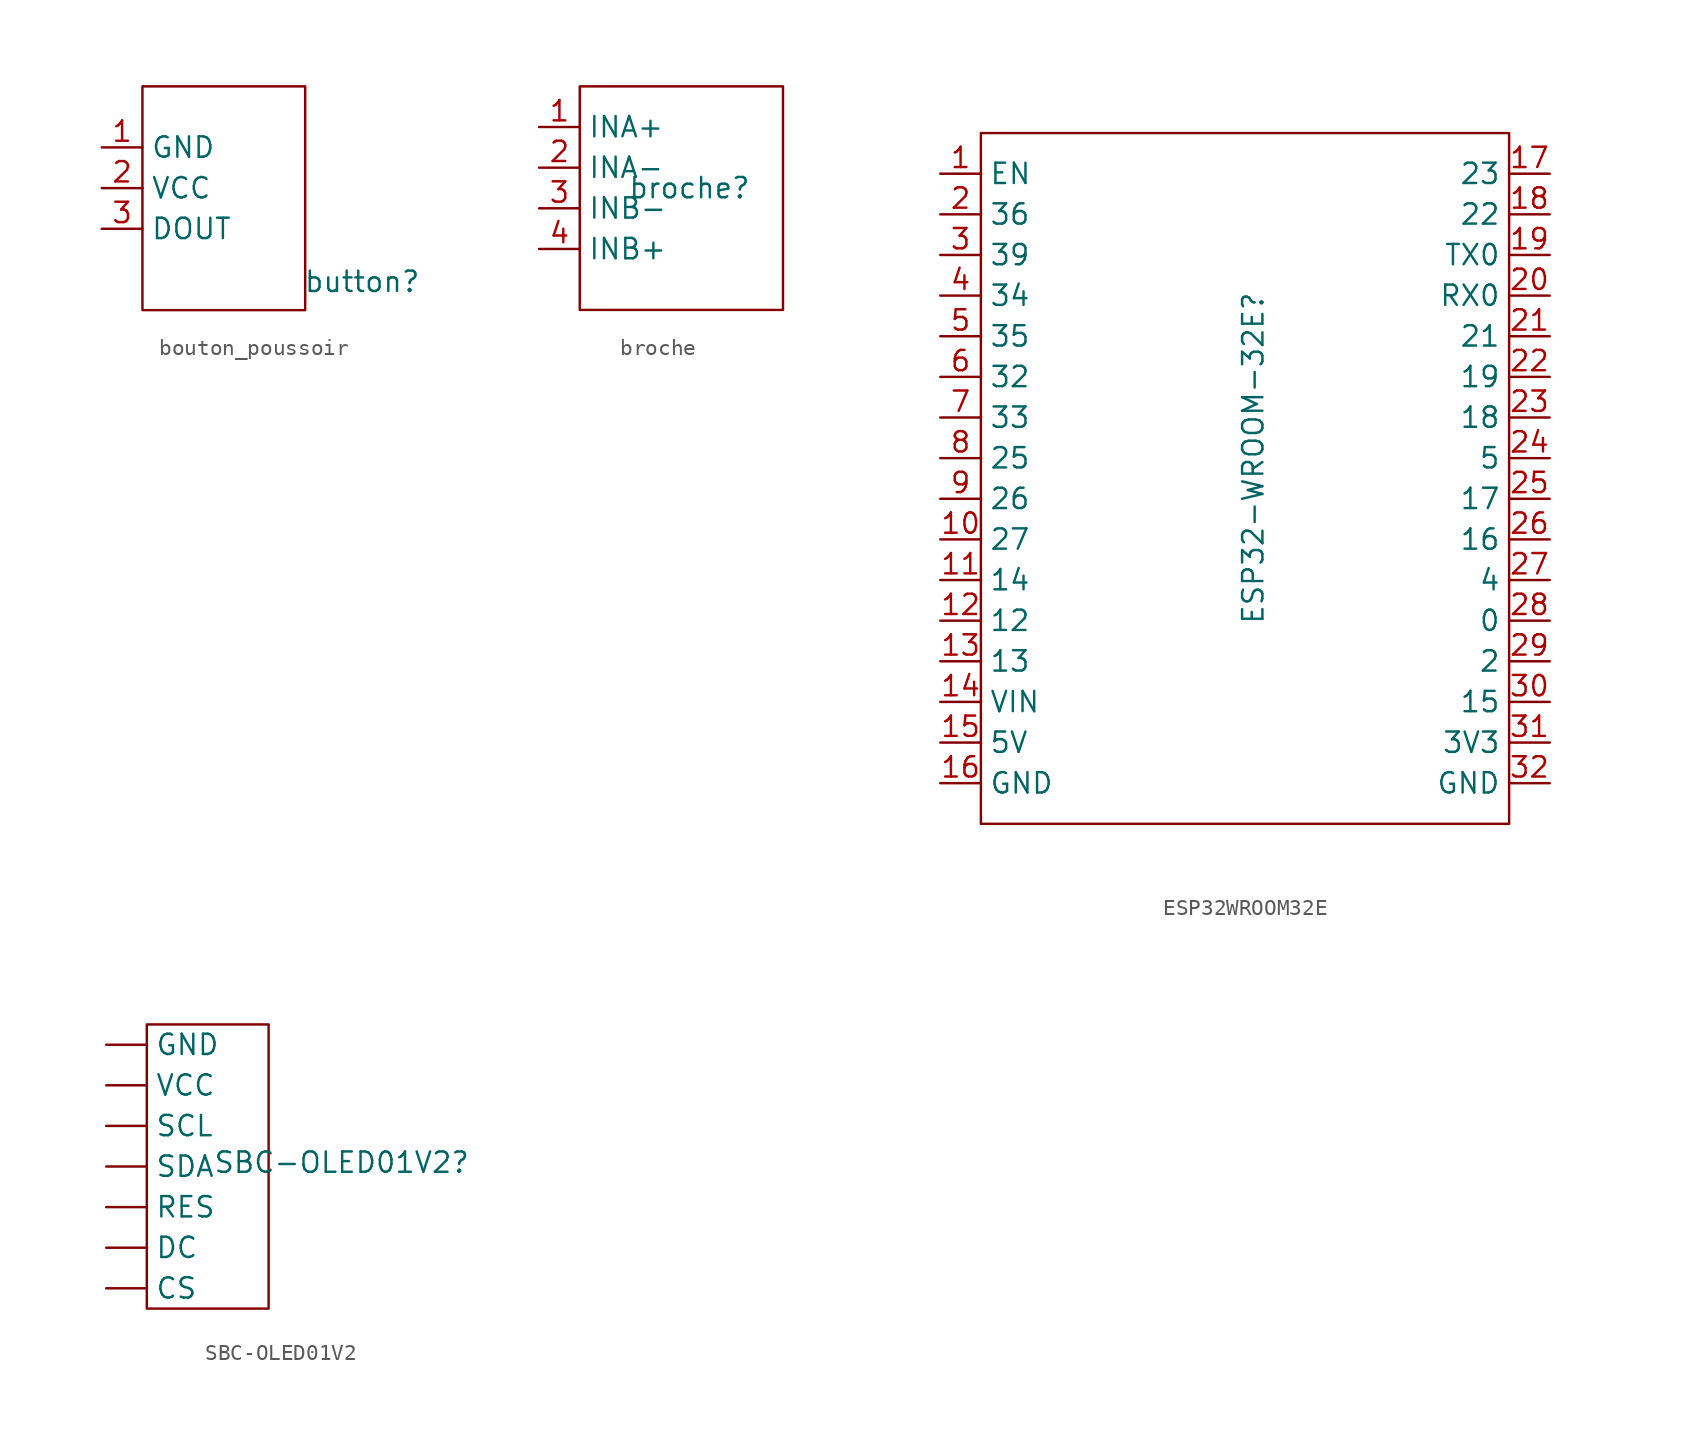
<source format=kicad_sym>
(kicad_symbol_lib
  (version 20231120)
  (generator "kicad_symbol_editor")
  (generator_version "8.0")
  (symbol "bouton_poussoir"
    (property "Reference" "button"
      (at 9.906 -9.652 0)
      (effects (font (size 1.27 1.27))))
    (property "Value" ""
      (at 0 0 0)
      (effects (font (size 1.27 1.27))))
    (symbol "bouton_poussoir_0_1"
      (rectangle (start -3.81 2.54) (end 6.35 -11.43) (stroke (width 0) (type default)) (fill (type none))))
    (symbol "bouton_poussoir_1_1"
      (pin power_in line (at -6.35 -1.27 0) (length 2.54) (name "GND" (effects (font (size 1.27 1.27)))) (number "1" (effects (font (size 1.27 1.27)))))
      (pin power_in line (at -6.35 -3.81 0) (length 2.54) (name "VCC" (effects (font (size 1.27 1.27)))) (number "2" (effects (font (size 1.27 1.27)))))
      (pin output line (at -6.35 -6.35 0) (length 2.54) (name "DOUT" (effects (font (size 1.27 1.27)))) (number "3" (effects (font (size 1.27 1.27)))))))
  (symbol "broche"
    (property "Reference" "broche"
      (at 4.318 0 0)
      (effects (font (size 1.27 1.27))))
    (property "Value" ""
      (at 0 0 0)
      (effects (font (size 1.27 1.27))))
    (symbol "broche_0_1"
      (rectangle (start -2.54 6.35) (end 10.16 -7.62) (stroke (width 0) (type default)) (fill (type none))))
    (symbol "broche_1_1"
      (pin bidirectional line (at -5.08 3.81 0) (length 2.54) (name "INA+" (effects (font (size 1.27 1.27)))) (number "1" (effects (font (size 1.27 1.27)))))
      (pin bidirectional line (at -5.08 1.27 0) (length 2.54) (name "INA-" (effects (font (size 1.27 1.27)))) (number "2" (effects (font (size 1.27 1.27)))))
      (pin bidirectional line (at -5.08 -1.27 0) (length 2.54) (name "INB-" (effects (font (size 1.27 1.27)))) (number "3" (effects (font (size 1.27 1.27)))))
      (pin bidirectional line (at -5.08 -3.81 0) (length 2.54) (name "INB+" (effects (font (size 1.27 1.27)))) (number "4" (effects (font (size 1.27 1.27)))))))
  (symbol "ESP32WROOM32E"
    (property "Reference" "ESP32-WROOM-32E"
      (at 0.508 0 90)
      (effects (font (size 1.27 1.27))))
    (property "Value" ""
      (at 0 0 0)
      (effects (font (size 1.27 1.27))))
    (symbol "ESP32WROOM32E_0_1"
      (rectangle (start -16.51 20.32) (end 16.51 -22.86) (stroke (width 0) (type default)) (fill (type none))))
    (symbol "ESP32WROOM32E_1_1"
      (pin input line (at -19.05 17.78 0) (length 2.54) (name "EN" (effects (font (size 1.27 1.27)))) (number "1" (effects (font (size 1.27 1.27)))))
      (pin bidirectional line (at -19.05 -5.08 0) (length 2.54) (name "27" (effects (font (size 1.27 1.27)))) (number "10" (effects (font (size 1.27 1.27)))))
      (pin bidirectional line (at -19.05 -7.62 0) (length 2.54) (name "14" (effects (font (size 1.27 1.27)))) (number "11" (effects (font (size 1.27 1.27)))))
      (pin bidirectional line (at -19.05 -10.16 0) (length 2.54) (name "12" (effects (font (size 1.27 1.27)))) (number "12" (effects (font (size 1.27 1.27)))))
      (pin bidirectional line (at -19.05 -12.7 0) (length 2.54) (name "13" (effects (font (size 1.27 1.27)))) (number "13" (effects (font (size 1.27 1.27)))))
      (pin input line (at -19.05 -15.24 0) (length 2.54) (name "VIN" (effects (font (size 1.27 1.27)))) (number "14" (effects (font (size 1.27 1.27)))))
      (pin power_out line (at -19.05 -17.78 0) (length 2.54) (name "5V" (effects (font (size 1.27 1.27)))) (number "15" (effects (font (size 1.27 1.27)))))
      (pin power_out line (at -19.05 -20.32 0) (length 2.54) (name "GND" (effects (font (size 1.27 1.27)))) (number "16" (effects (font (size 1.27 1.27)))))
      (pin bidirectional line (at 19.05 17.78 180) (length 2.54) (name "23" (effects (font (size 1.27 1.27)))) (number "17" (effects (font (size 1.27 1.27)))))
      (pin bidirectional line (at 19.05 15.24 180) (length 2.54) (name "22" (effects (font (size 1.27 1.27)))) (number "18" (effects (font (size 1.27 1.27)))))
      (pin bidirectional line (at 19.05 12.7 180) (length 2.54) (name "TX0" (effects (font (size 1.27 1.27)))) (number "19" (effects (font (size 1.27 1.27)))))
      (pin input line (at -19.05 15.24 0) (length 2.54) (name "36" (effects (font (size 1.27 1.27)))) (number "2" (effects (font (size 1.27 1.27)))))
      (pin bidirectional line (at 19.05 10.16 180) (length 2.54) (name "RX0" (effects (font (size 1.27 1.27)))) (number "20" (effects (font (size 1.27 1.27)))))
      (pin bidirectional line (at 19.05 7.62 180) (length 2.54) (name "21" (effects (font (size 1.27 1.27)))) (number "21" (effects (font (size 1.27 1.27)))))
      (pin bidirectional line (at 19.05 5.08 180) (length 2.54) (name "19" (effects (font (size 1.27 1.27)))) (number "22" (effects (font (size 1.27 1.27)))))
      (pin bidirectional line (at 19.05 2.54 180) (length 2.54) (name "18" (effects (font (size 1.27 1.27)))) (number "23" (effects (font (size 1.27 1.27)))))
      (pin bidirectional line (at 19.05 0 180) (length 2.54) (name "5" (effects (font (size 1.27 1.27)))) (number "24" (effects (font (size 1.27 1.27)))))
      (pin bidirectional line (at 19.05 -2.54 180) (length 2.54) (name "17" (effects (font (size 1.27 1.27)))) (number "25" (effects (font (size 1.27 1.27)))))
      (pin bidirectional line (at 19.05 -5.08 180) (length 2.54) (name "16" (effects (font (size 1.27 1.27)))) (number "26" (effects (font (size 1.27 1.27)))))
      (pin bidirectional line (at 19.05 -7.62 180) (length 2.54) (name "4" (effects (font (size 1.27 1.27)))) (number "27" (effects (font (size 1.27 1.27)))))
      (pin bidirectional line (at 19.05 -10.16 180) (length 2.54) (name "0" (effects (font (size 1.27 1.27)))) (number "28" (effects (font (size 1.27 1.27)))))
      (pin bidirectional line (at 19.05 -12.7 180) (length 2.54) (name "2" (effects (font (size 1.27 1.27)))) (number "29" (effects (font (size 1.27 1.27)))))
      (pin bidirectional line (at -19.05 12.7 0) (length 2.54) (name "39" (effects (font (size 1.27 1.27)))) (number "3" (effects (font (size 1.27 1.27)))))
      (pin bidirectional line (at 19.05 -15.24 180) (length 2.54) (name "15" (effects (font (size 1.27 1.27)))) (number "30" (effects (font (size 1.27 1.27)))))
      (pin bidirectional line (at 19.05 -17.78 180) (length 2.54) (name "3V3" (effects (font (size 1.27 1.27)))) (number "31" (effects (font (size 1.27 1.27)))))
      (pin power_out line (at 19.05 -20.32 180) (length 2.54) (name "GND" (effects (font (size 1.27 1.27)))) (number "32" (effects (font (size 1.27 1.27)))))
      (pin bidirectional line (at -19.05 10.16 0) (length 2.54) (name "34" (effects (font (size 1.27 1.27)))) (number "4" (effects (font (size 1.27 1.27)))))
      (pin bidirectional line (at -19.05 7.62 0) (length 2.54) (name "35" (effects (font (size 1.27 1.27)))) (number "5" (effects (font (size 1.27 1.27)))))
      (pin output line (at -19.05 5.08 0) (length 2.54) (name "32" (effects (font (size 1.27 1.27)))) (number "6" (effects (font (size 1.27 1.27)))))
      (pin bidirectional line (at -19.05 2.54 0) (length 2.54) (name "33" (effects (font (size 1.27 1.27)))) (number "7" (effects (font (size 1.27 1.27)))))
      (pin bidirectional line (at -19.05 0 0) (length 2.54) (name "25" (effects (font (size 1.27 1.27)))) (number "8" (effects (font (size 1.27 1.27)))))
      (pin bidirectional line (at -19.05 -2.54 0) (length 2.54) (name "26" (effects (font (size 1.27 1.27)))) (number "9" (effects (font (size 1.27 1.27)))))))
  (symbol "SBC-OLED01V2"
    (property "Reference" "SBC-OLED01V2"
      (at 8.382 -3.556 0)
      (effects (font (size 1.27 1.27))))
    (property "Value" ""
      (at 0 0 0)
      (effects (font (size 1.27 1.27))))
    (symbol "SBC-OLED01V2_0_1"
      (rectangle (start -3.81 5.08) (end 3.81 -12.7) (stroke (width 0) (type default)) (fill (type none))))
    (symbol "SBC-OLED01V2_1_1"
      (pin output line (at -6.35 -11.43 0) (length 2.54) (name "CS" (effects (font (size 1.27 1.27)))) (number "" (effects (font (size 1.27 1.27)))))
      (pin output line (at -6.35 -8.89 0) (length 2.54) (name "DC" (effects (font (size 1.27 1.27)))) (number "" (effects (font (size 1.27 1.27)))))
      (pin power_in line (at -6.35 3.81 0) (length 2.54) (name "GND" (effects (font (size 1.27 1.27)))) (number "" (effects (font (size 1.27 1.27)))))
      (pin output line (at -6.35 -6.35 0) (length 2.54) (name "RES" (effects (font (size 1.27 1.27)))) (number "" (effects (font (size 1.27 1.27)))))
      (pin input line (at -6.35 -1.27 0) (length 2.54) (name "SCL" (effects (font (size 1.27 1.27)))) (number "" (effects (font (size 1.27 1.27)))))
      (pin bidirectional line (at -6.35 -3.81 0) (length 2.54) (name "SDA" (effects (font (size 1.27 1.27)))) (number "" (effects (font (size 1.27 1.27)))))
      (pin power_in line (at -6.35 1.27 0) (length 2.54) (name "VCC" (effects (font (size 1.27 1.27)))) (number "" (effects (font (size 1.27 1.27))))))))
</source>
